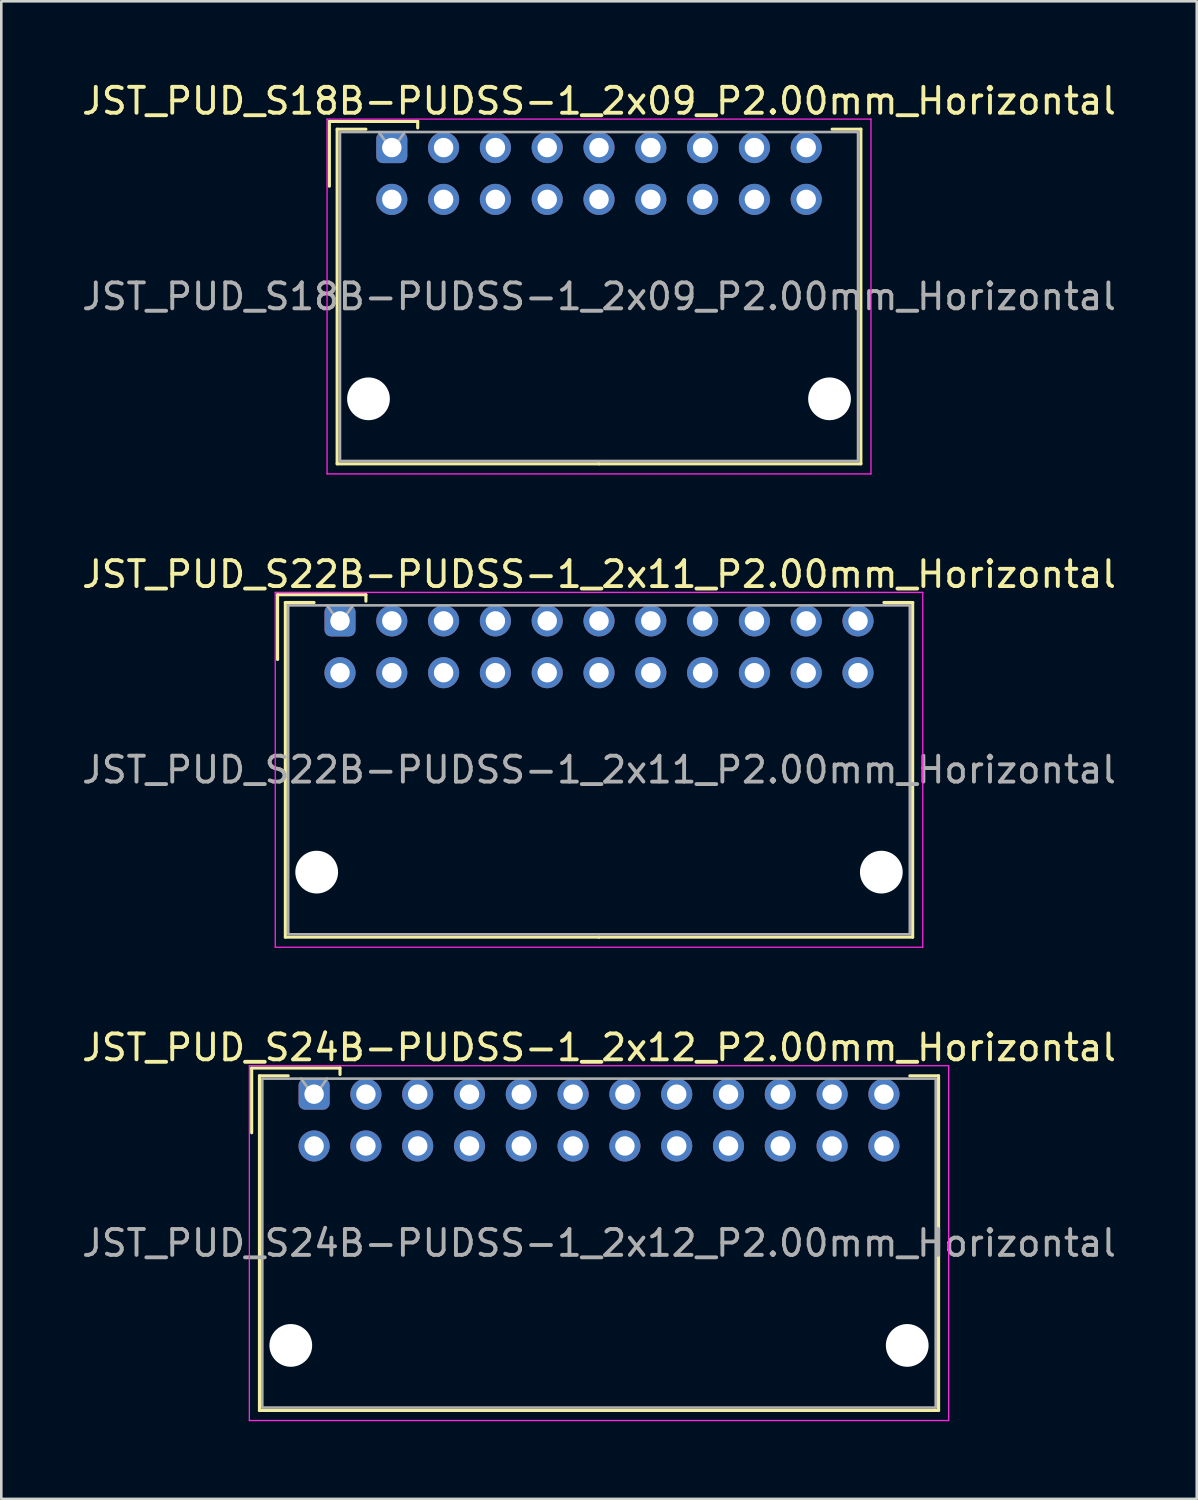
<source format=kicad_pcb>
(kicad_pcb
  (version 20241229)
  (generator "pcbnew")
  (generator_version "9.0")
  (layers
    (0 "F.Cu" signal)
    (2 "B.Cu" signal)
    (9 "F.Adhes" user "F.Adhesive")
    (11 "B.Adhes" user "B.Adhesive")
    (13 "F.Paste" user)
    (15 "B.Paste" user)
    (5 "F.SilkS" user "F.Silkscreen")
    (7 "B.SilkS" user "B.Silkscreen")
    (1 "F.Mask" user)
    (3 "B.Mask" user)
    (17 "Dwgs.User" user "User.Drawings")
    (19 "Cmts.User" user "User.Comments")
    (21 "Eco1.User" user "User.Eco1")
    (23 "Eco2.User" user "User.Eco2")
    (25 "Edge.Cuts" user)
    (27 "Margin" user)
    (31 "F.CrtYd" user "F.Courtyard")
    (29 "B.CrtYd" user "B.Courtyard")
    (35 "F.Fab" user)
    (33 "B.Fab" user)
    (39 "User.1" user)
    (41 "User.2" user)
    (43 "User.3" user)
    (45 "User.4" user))
  (footprint "JST_PUD_S24B-PUDSS-1_2x12_P2.00mm_Horizontal"
    (layer "F.Cu")
    (at 9.077 39.195)
    (property "Reference" "JST_PUD_S24B-PUDSS-1_2x12_P2.00mm_Horizontal" (at 11 -1.8 0) (layer "F.SilkS") (effects (font (size 1 1) (thickness 0.15))))
    (attr through_hole)
    (fp_line (start -2.41 -1.01) (end -2.41 1.49) (stroke (width 0.12) (type solid)) (layer "F.SilkS"))
    (fp_line (start -2.11 -0.71) (end -2.11 12.21) (stroke (width 0.12) (type solid)) (layer "F.SilkS"))
    (fp_line (start -2.11 12.21) (end 11 12.21) (stroke (width 0.12) (type solid)) (layer "F.SilkS"))
    (fp_line (start -1 -0.71) (end -2.11 -0.71) (stroke (width 0.12) (type solid)) (layer "F.SilkS"))
    (fp_line (start 1 -1.01) (end -2.41 -1.01) (stroke (width 0.12) (type solid)) (layer "F.SilkS"))
    (fp_line (start 1 -0.76) (end 1 -1.01) (stroke (width 0.12) (type solid)) (layer "F.SilkS"))
    (fp_line (start 23 -0.71) (end 24.11 -0.71) (stroke (width 0.12) (type solid)) (layer "F.SilkS"))
    (fp_line (start 24.11 -0.71) (end 24.11 12.21) (stroke (width 0.12) (type solid)) (layer "F.SilkS"))
    (fp_line (start 24.11 12.21) (end 11 12.21) (stroke (width 0.12) (type solid)) (layer "F.SilkS"))
    (fp_line (start -2.5 -1.1) (end -2.5 12.6) (stroke (width 0.05) (type solid)) (layer "F.CrtYd"))
    (fp_line (start -2.5 12.6) (end 24.5 12.6) (stroke (width 0.05) (type solid)) (layer "F.CrtYd"))
    (fp_line (start 24.5 -1.1) (end -2.5 -1.1) (stroke (width 0.05) (type solid)) (layer "F.CrtYd"))
    (fp_line (start 24.5 12.6) (end 24.5 -1.1) (stroke (width 0.05) (type solid)) (layer "F.CrtYd"))
    (fp_line (start -2 -0.6) (end -2 12.1) (stroke (width 0.1) (type solid)) (layer "F.Fab"))
    (fp_line (start -2 12.1) (end 24 12.1) (stroke (width 0.1) (type solid)) (layer "F.Fab"))
    (fp_line (start 0 0.107) (end -0.5 -0.6) (stroke (width 0.1) (type solid)) (layer "F.Fab"))
    (fp_line (start 0.5 -0.6) (end 0 0.107) (stroke (width 0.1) (type solid)) (layer "F.Fab"))
    (fp_line (start 24 -0.6) (end -2 -0.6) (stroke (width 0.1) (type solid)) (layer "F.Fab"))
    (fp_line (start 24 12.1) (end 24 -0.6) (stroke (width 0.1) (type solid)) (layer "F.Fab"))
    (fp_text user "${REFERENCE}" (at 11 5.75 0) (layer "F.Fab") (effects (font (size 1 1) (thickness 0.15))))
    (pad "" np_thru_hole circle (at -0.9 9.7) (size 1.65 1.65) (drill 1.65) (layers "*.Cu" "*.Mask"))
    (pad "" np_thru_hole circle (at 22.9 9.7) (size 1.65 1.65) (drill 1.65) (layers "*.Cu" "*.Mask"))
    (pad "1" thru_hole roundrect (at 0 0) (size 1.2 1.2) (drill 0.75) (layers "*.Cu" "*.Mask") (roundrect_rratio 0.208))
    (pad "2" thru_hole circle (at 0 2) (size 1.2 1.2) (drill 0.75) (layers "*.Cu" "*.Mask"))
    (pad "3" thru_hole circle (at 2 0) (size 1.2 1.2) (drill 0.75) (layers "*.Cu" "*.Mask"))
    (pad "4" thru_hole circle (at 2 2) (size 1.2 1.2) (drill 0.75) (layers "*.Cu" "*.Mask"))
    (pad "5" thru_hole circle (at 4 0) (size 1.2 1.2) (drill 0.75) (layers "*.Cu" "*.Mask"))
    (pad "6" thru_hole circle (at 4 2) (size 1.2 1.2) (drill 0.75) (layers "*.Cu" "*.Mask"))
    (pad "7" thru_hole circle (at 6 0) (size 1.2 1.2) (drill 0.75) (layers "*.Cu" "*.Mask"))
    (pad "8" thru_hole circle (at 6 2) (size 1.2 1.2) (drill 0.75) (layers "*.Cu" "*.Mask"))
    (pad "9" thru_hole circle (at 8 0) (size 1.2 1.2) (drill 0.75) (layers "*.Cu" "*.Mask"))
    (pad "10" thru_hole circle (at 8 2) (size 1.2 1.2) (drill 0.75) (layers "*.Cu" "*.Mask"))
    (pad "11" thru_hole circle (at 10 0) (size 1.2 1.2) (drill 0.75) (layers "*.Cu" "*.Mask"))
    (pad "12" thru_hole circle (at 10 2) (size 1.2 1.2) (drill 0.75) (layers "*.Cu" "*.Mask"))
    (pad "13" thru_hole circle (at 12 0) (size 1.2 1.2) (drill 0.75) (layers "*.Cu" "*.Mask"))
    (pad "14" thru_hole circle (at 12 2) (size 1.2 1.2) (drill 0.75) (layers "*.Cu" "*.Mask"))
    (pad "15" thru_hole circle (at 14 0) (size 1.2 1.2) (drill 0.75) (layers "*.Cu" "*.Mask"))
    (pad "16" thru_hole circle (at 14 2) (size 1.2 1.2) (drill 0.75) (layers "*.Cu" "*.Mask"))
    (pad "17" thru_hole circle (at 16 0) (size 1.2 1.2) (drill 0.75) (layers "*.Cu" "*.Mask"))
    (pad "18" thru_hole circle (at 16 2) (size 1.2 1.2) (drill 0.75) (layers "*.Cu" "*.Mask"))
    (pad "19" thru_hole circle (at 18 0) (size 1.2 1.2) (drill 0.75) (layers "*.Cu" "*.Mask"))
    (pad "20" thru_hole circle (at 18 2) (size 1.2 1.2) (drill 0.75) (layers "*.Cu" "*.Mask"))
    (pad "21" thru_hole circle (at 20 0) (size 1.2 1.2) (drill 0.75) (layers "*.Cu" "*.Mask"))
    (pad "22" thru_hole circle (at 20 2) (size 1.2 1.2) (drill 0.75) (layers "*.Cu" "*.Mask"))
    (pad "23" thru_hole circle (at 22 0) (size 1.2 1.2) (drill 0.75) (layers "*.Cu" "*.Mask"))
    (pad "24" thru_hole circle (at 22 2) (size 1.2 1.2) (drill 0.75) (layers "*.Cu" "*.Mask")))
  (footprint "JST_PUD_S18B-PUDSS-1_2x09_P2.00mm_Horizontal"
    (layer "F.Cu")
    (at 12.077 2.648)
    (property "Reference" "JST_PUD_S18B-PUDSS-1_2x09_P2.00mm_Horizontal" (at 8 -1.8 0) (layer "F.SilkS") (effects (font (size 1 1) (thickness 0.15))))
    (attr through_hole)
    (fp_line (start -2.41 -1.01) (end -2.41 1.49) (stroke (width 0.12) (type solid)) (layer "F.SilkS"))
    (fp_line (start -2.11 -0.71) (end -2.11 12.21) (stroke (width 0.12) (type solid)) (layer "F.SilkS"))
    (fp_line (start -2.11 12.21) (end 8 12.21) (stroke (width 0.12) (type solid)) (layer "F.SilkS"))
    (fp_line (start -1 -0.71) (end -2.11 -0.71) (stroke (width 0.12) (type solid)) (layer "F.SilkS"))
    (fp_line (start 1 -1.01) (end -2.41 -1.01) (stroke (width 0.12) (type solid)) (layer "F.SilkS"))
    (fp_line (start 1 -0.76) (end 1 -1.01) (stroke (width 0.12) (type solid)) (layer "F.SilkS"))
    (fp_line (start 17 -0.71) (end 18.11 -0.71) (stroke (width 0.12) (type solid)) (layer "F.SilkS"))
    (fp_line (start 18.11 -0.71) (end 18.11 12.21) (stroke (width 0.12) (type solid)) (layer "F.SilkS"))
    (fp_line (start 18.11 12.21) (end 8 12.21) (stroke (width 0.12) (type solid)) (layer "F.SilkS"))
    (fp_line (start -2.5 -1.1) (end -2.5 12.6) (stroke (width 0.05) (type solid)) (layer "F.CrtYd"))
    (fp_line (start -2.5 12.6) (end 18.5 12.6) (stroke (width 0.05) (type solid)) (layer "F.CrtYd"))
    (fp_line (start 18.5 -1.1) (end -2.5 -1.1) (stroke (width 0.05) (type solid)) (layer "F.CrtYd"))
    (fp_line (start 18.5 12.6) (end 18.5 -1.1) (stroke (width 0.05) (type solid)) (layer "F.CrtYd"))
    (fp_line (start -2 -0.6) (end -2 12.1) (stroke (width 0.1) (type solid)) (layer "F.Fab"))
    (fp_line (start -2 12.1) (end 18 12.1) (stroke (width 0.1) (type solid)) (layer "F.Fab"))
    (fp_line (start 0 0.107) (end -0.5 -0.6) (stroke (width 0.1) (type solid)) (layer "F.Fab"))
    (fp_line (start 0.5 -0.6) (end 0 0.107) (stroke (width 0.1) (type solid)) (layer "F.Fab"))
    (fp_line (start 18 -0.6) (end -2 -0.6) (stroke (width 0.1) (type solid)) (layer "F.Fab"))
    (fp_line (start 18 12.1) (end 18 -0.6) (stroke (width 0.1) (type solid)) (layer "F.Fab"))
    (fp_text user "${REFERENCE}" (at 8 5.75 0) (layer "F.Fab") (effects (font (size 1 1) (thickness 0.15))))
    (pad "" np_thru_hole circle (at -0.9 9.7) (size 1.65 1.65) (drill 1.65) (layers "*.Cu" "*.Mask"))
    (pad "" np_thru_hole circle (at 16.9 9.7) (size 1.65 1.65) (drill 1.65) (layers "*.Cu" "*.Mask"))
    (pad "1" thru_hole roundrect (at 0 0) (size 1.2 1.2) (drill 0.75) (layers "*.Cu" "*.Mask") (roundrect_rratio 0.208))
    (pad "2" thru_hole circle (at 0 2) (size 1.2 1.2) (drill 0.75) (layers "*.Cu" "*.Mask"))
    (pad "3" thru_hole circle (at 2 0) (size 1.2 1.2) (drill 0.75) (layers "*.Cu" "*.Mask"))
    (pad "4" thru_hole circle (at 2 2) (size 1.2 1.2) (drill 0.75) (layers "*.Cu" "*.Mask"))
    (pad "5" thru_hole circle (at 4 0) (size 1.2 1.2) (drill 0.75) (layers "*.Cu" "*.Mask"))
    (pad "6" thru_hole circle (at 4 2) (size 1.2 1.2) (drill 0.75) (layers "*.Cu" "*.Mask"))
    (pad "7" thru_hole circle (at 6 0) (size 1.2 1.2) (drill 0.75) (layers "*.Cu" "*.Mask"))
    (pad "8" thru_hole circle (at 6 2) (size 1.2 1.2) (drill 0.75) (layers "*.Cu" "*.Mask"))
    (pad "9" thru_hole circle (at 8 0) (size 1.2 1.2) (drill 0.75) (layers "*.Cu" "*.Mask"))
    (pad "10" thru_hole circle (at 8 2) (size 1.2 1.2) (drill 0.75) (layers "*.Cu" "*.Mask"))
    (pad "11" thru_hole circle (at 10 0) (size 1.2 1.2) (drill 0.75) (layers "*.Cu" "*.Mask"))
    (pad "12" thru_hole circle (at 10 2) (size 1.2 1.2) (drill 0.75) (layers "*.Cu" "*.Mask"))
    (pad "13" thru_hole circle (at 12 0) (size 1.2 1.2) (drill 0.75) (layers "*.Cu" "*.Mask"))
    (pad "14" thru_hole circle (at 12 2) (size 1.2 1.2) (drill 0.75) (layers "*.Cu" "*.Mask"))
    (pad "15" thru_hole circle (at 14 0) (size 1.2 1.2) (drill 0.75) (layers "*.Cu" "*.Mask"))
    (pad "16" thru_hole circle (at 14 2) (size 1.2 1.2) (drill 0.75) (layers "*.Cu" "*.Mask"))
    (pad "17" thru_hole circle (at 16 0) (size 1.2 1.2) (drill 0.75) (layers "*.Cu" "*.Mask"))
    (pad "18" thru_hole circle (at 16 2) (size 1.2 1.2) (drill 0.75) (layers "*.Cu" "*.Mask")))
  (footprint "JST_PUD_S22B-PUDSS-1_2x11_P2.00mm_Horizontal"
    (layer "F.Cu")
    (at 10.077 20.922)
    (property "Reference" "JST_PUD_S22B-PUDSS-1_2x11_P2.00mm_Horizontal" (at 10 -1.8 0) (layer "F.SilkS") (effects (font (size 1 1) (thickness 0.15))))
    (attr through_hole)
    (fp_line (start -2.41 -1.01) (end -2.41 1.49) (stroke (width 0.12) (type solid)) (layer "F.SilkS"))
    (fp_line (start -2.11 -0.71) (end -2.11 12.21) (stroke (width 0.12) (type solid)) (layer "F.SilkS"))
    (fp_line (start -2.11 12.21) (end 10 12.21) (stroke (width 0.12) (type solid)) (layer "F.SilkS"))
    (fp_line (start -1 -0.71) (end -2.11 -0.71) (stroke (width 0.12) (type solid)) (layer "F.SilkS"))
    (fp_line (start 1 -1.01) (end -2.41 -1.01) (stroke (width 0.12) (type solid)) (layer "F.SilkS"))
    (fp_line (start 1 -0.76) (end 1 -1.01) (stroke (width 0.12) (type solid)) (layer "F.SilkS"))
    (fp_line (start 21 -0.71) (end 22.11 -0.71) (stroke (width 0.12) (type solid)) (layer "F.SilkS"))
    (fp_line (start 22.11 -0.71) (end 22.11 12.21) (stroke (width 0.12) (type solid)) (layer "F.SilkS"))
    (fp_line (start 22.11 12.21) (end 10 12.21) (stroke (width 0.12) (type solid)) (layer "F.SilkS"))
    (fp_line (start -2.5 -1.1) (end -2.5 12.6) (stroke (width 0.05) (type solid)) (layer "F.CrtYd"))
    (fp_line (start -2.5 12.6) (end 22.5 12.6) (stroke (width 0.05) (type solid)) (layer "F.CrtYd"))
    (fp_line (start 22.5 -1.1) (end -2.5 -1.1) (stroke (width 0.05) (type solid)) (layer "F.CrtYd"))
    (fp_line (start 22.5 12.6) (end 22.5 -1.1) (stroke (width 0.05) (type solid)) (layer "F.CrtYd"))
    (fp_line (start -2 -0.6) (end -2 12.1) (stroke (width 0.1) (type solid)) (layer "F.Fab"))
    (fp_line (start -2 12.1) (end 22 12.1) (stroke (width 0.1) (type solid)) (layer "F.Fab"))
    (fp_line (start 0 0.107) (end -0.5 -0.6) (stroke (width 0.1) (type solid)) (layer "F.Fab"))
    (fp_line (start 0.5 -0.6) (end 0 0.107) (stroke (width 0.1) (type solid)) (layer "F.Fab"))
    (fp_line (start 22 -0.6) (end -2 -0.6) (stroke (width 0.1) (type solid)) (layer "F.Fab"))
    (fp_line (start 22 12.1) (end 22 -0.6) (stroke (width 0.1) (type solid)) (layer "F.Fab"))
    (fp_text user "${REFERENCE}" (at 10 5.75 0) (layer "F.Fab") (effects (font (size 1 1) (thickness 0.15))))
    (pad "" np_thru_hole circle (at -0.9 9.7) (size 1.65 1.65) (drill 1.65) (layers "*.Cu" "*.Mask"))
    (pad "" np_thru_hole circle (at 20.9 9.7) (size 1.65 1.65) (drill 1.65) (layers "*.Cu" "*.Mask"))
    (pad "1" thru_hole roundrect (at 0 0) (size 1.2 1.2) (drill 0.75) (layers "*.Cu" "*.Mask") (roundrect_rratio 0.208))
    (pad "2" thru_hole circle (at 0 2) (size 1.2 1.2) (drill 0.75) (layers "*.Cu" "*.Mask"))
    (pad "3" thru_hole circle (at 2 0) (size 1.2 1.2) (drill 0.75) (layers "*.Cu" "*.Mask"))
    (pad "4" thru_hole circle (at 2 2) (size 1.2 1.2) (drill 0.75) (layers "*.Cu" "*.Mask"))
    (pad "5" thru_hole circle (at 4 0) (size 1.2 1.2) (drill 0.75) (layers "*.Cu" "*.Mask"))
    (pad "6" thru_hole circle (at 4 2) (size 1.2 1.2) (drill 0.75) (layers "*.Cu" "*.Mask"))
    (pad "7" thru_hole circle (at 6 0) (size 1.2 1.2) (drill 0.75) (layers "*.Cu" "*.Mask"))
    (pad "8" thru_hole circle (at 6 2) (size 1.2 1.2) (drill 0.75) (layers "*.Cu" "*.Mask"))
    (pad "9" thru_hole circle (at 8 0) (size 1.2 1.2) (drill 0.75) (layers "*.Cu" "*.Mask"))
    (pad "10" thru_hole circle (at 8 2) (size 1.2 1.2) (drill 0.75) (layers "*.Cu" "*.Mask"))
    (pad "11" thru_hole circle (at 10 0) (size 1.2 1.2) (drill 0.75) (layers "*.Cu" "*.Mask"))
    (pad "12" thru_hole circle (at 10 2) (size 1.2 1.2) (drill 0.75) (layers "*.Cu" "*.Mask"))
    (pad "13" thru_hole circle (at 12 0) (size 1.2 1.2) (drill 0.75) (layers "*.Cu" "*.Mask"))
    (pad "14" thru_hole circle (at 12 2) (size 1.2 1.2) (drill 0.75) (layers "*.Cu" "*.Mask"))
    (pad "15" thru_hole circle (at 14 0) (size 1.2 1.2) (drill 0.75) (layers "*.Cu" "*.Mask"))
    (pad "16" thru_hole circle (at 14 2) (size 1.2 1.2) (drill 0.75) (layers "*.Cu" "*.Mask"))
    (pad "17" thru_hole circle (at 16 0) (size 1.2 1.2) (drill 0.75) (layers "*.Cu" "*.Mask"))
    (pad "18" thru_hole circle (at 16 2) (size 1.2 1.2) (drill 0.75) (layers "*.Cu" "*.Mask"))
    (pad "19" thru_hole circle (at 18 0) (size 1.2 1.2) (drill 0.75) (layers "*.Cu" "*.Mask"))
    (pad "20" thru_hole circle (at 18 2) (size 1.2 1.2) (drill 0.75) (layers "*.Cu" "*.Mask"))
    (pad "21" thru_hole circle (at 20 0) (size 1.2 1.2) (drill 0.75) (layers "*.Cu" "*.Mask"))
    (pad "22" thru_hole circle (at 20 2) (size 1.2 1.2) (drill 0.75) (layers "*.Cu" "*.Mask")))
  (gr_rect
    (start -3 -3)
    (end 43.155 54.82)
    (stroke (width 0.1) (type default))
    (fill no)
    (layer "Edge.Cuts")))
</source>
